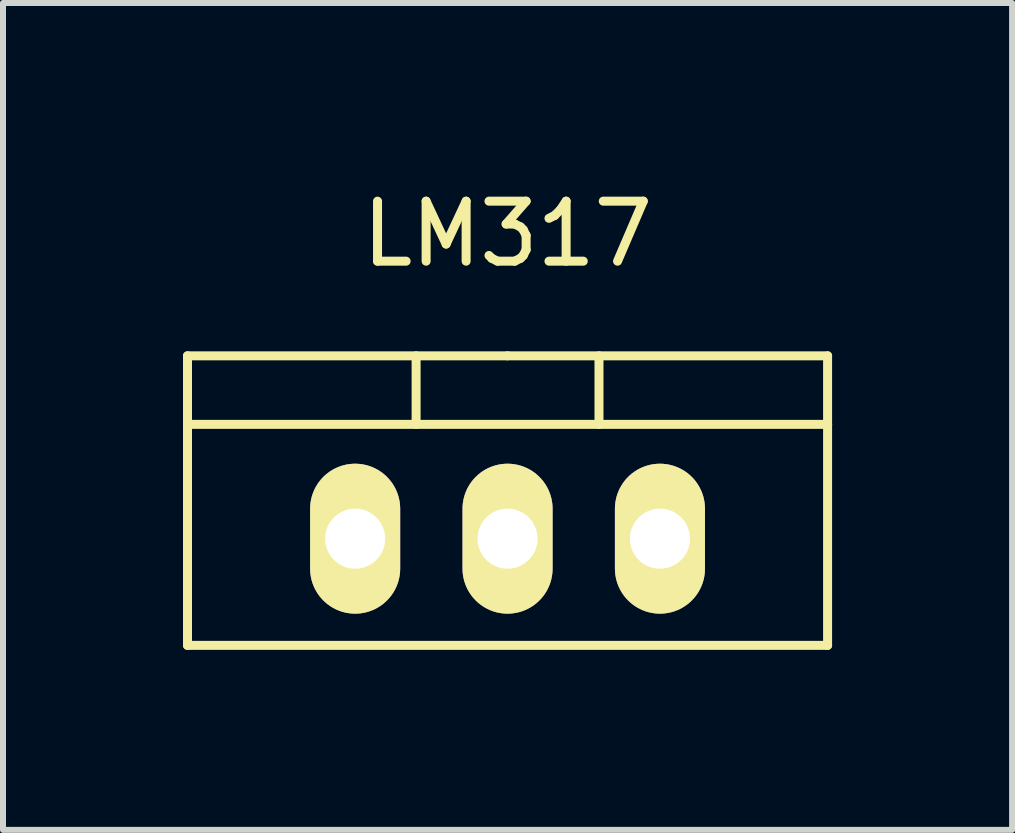
<source format=kicad_pcb>
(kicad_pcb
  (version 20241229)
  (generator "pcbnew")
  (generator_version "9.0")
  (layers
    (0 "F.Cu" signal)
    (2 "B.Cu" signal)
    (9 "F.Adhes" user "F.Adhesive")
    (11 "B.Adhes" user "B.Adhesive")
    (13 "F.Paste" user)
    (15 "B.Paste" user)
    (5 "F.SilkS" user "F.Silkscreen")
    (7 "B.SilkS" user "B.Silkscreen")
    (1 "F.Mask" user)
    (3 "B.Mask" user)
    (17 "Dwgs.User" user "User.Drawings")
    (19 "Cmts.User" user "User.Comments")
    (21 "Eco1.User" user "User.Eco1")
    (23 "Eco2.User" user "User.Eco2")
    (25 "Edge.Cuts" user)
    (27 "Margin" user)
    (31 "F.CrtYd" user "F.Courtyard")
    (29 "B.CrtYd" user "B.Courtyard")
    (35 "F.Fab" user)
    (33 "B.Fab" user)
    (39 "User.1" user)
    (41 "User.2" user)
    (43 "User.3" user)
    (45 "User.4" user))
  (footprint "LM317"
    (layer "F.Cu")
    (at 5.409 5.928)
    (property "Reference" "LM317" (at 0 -5.08 0) (layer "F.SilkS") (effects (font (size 1 1) (thickness 0.15))))
    (attr through_hole)
    (fp_line (start -5.334 -1.905) (end -5.334 -3.048) (stroke (width 0.15) (type solid)) (layer "F.SilkS"))
    (fp_line (start -5.334 1.778) (end -5.334 -1.905) (stroke (width 0.15) (type solid)) (layer "F.SilkS"))
    (fp_line (start -1.524 -3.048) (end -1.524 -1.905) (stroke (width 0.15) (type solid)) (layer "F.SilkS"))
    (fp_line (start 0 -3.048) (end -5.334 -3.048) (stroke (width 0.15) (type solid)) (layer "F.SilkS"))
    (fp_line (start 0 -3.048) (end 5.334 -3.048) (stroke (width 0.15) (type solid)) (layer "F.SilkS"))
    (fp_line (start 1.524 -3.048) (end 1.524 -1.905) (stroke (width 0.15) (type solid)) (layer "F.SilkS"))
    (fp_line (start 5.334 -3.048) (end 5.334 -1.905) (stroke (width 0.15) (type solid)) (layer "F.SilkS"))
    (fp_line (start 5.334 -1.905) (end -5.334 -1.905) (stroke (width 0.15) (type solid)) (layer "F.SilkS"))
    (fp_line (start 5.334 -1.905) (end 5.334 1.778) (stroke (width 0.15) (type solid)) (layer "F.SilkS"))
    (fp_line (start 5.334 1.778) (end -5.334 1.778) (stroke (width 0.15) (type solid)) (layer "F.SilkS"))
    (pad "1" thru_hole oval (at 0 0 90) (size 2.499 1.501) (drill 1.001) (layers "*.Cu" "*.Mask" "F.SilkS"))
    (pad "2" thru_hole oval (at -2.54 0 90) (size 2.499 1.501) (drill 1.001) (layers "*.Cu" "*.Mask" "F.SilkS"))
    (pad "3" thru_hole oval (at 2.54 0 90) (size 2.499 1.501) (drill 1.001) (layers "*.Cu" "*.Mask" "F.SilkS")))
  (gr_rect
    (start -3 -3)
    (end 13.818 10.781)
    (stroke (width 0.1) (type default))
    (fill no)
    (layer "Edge.Cuts")))
</source>
